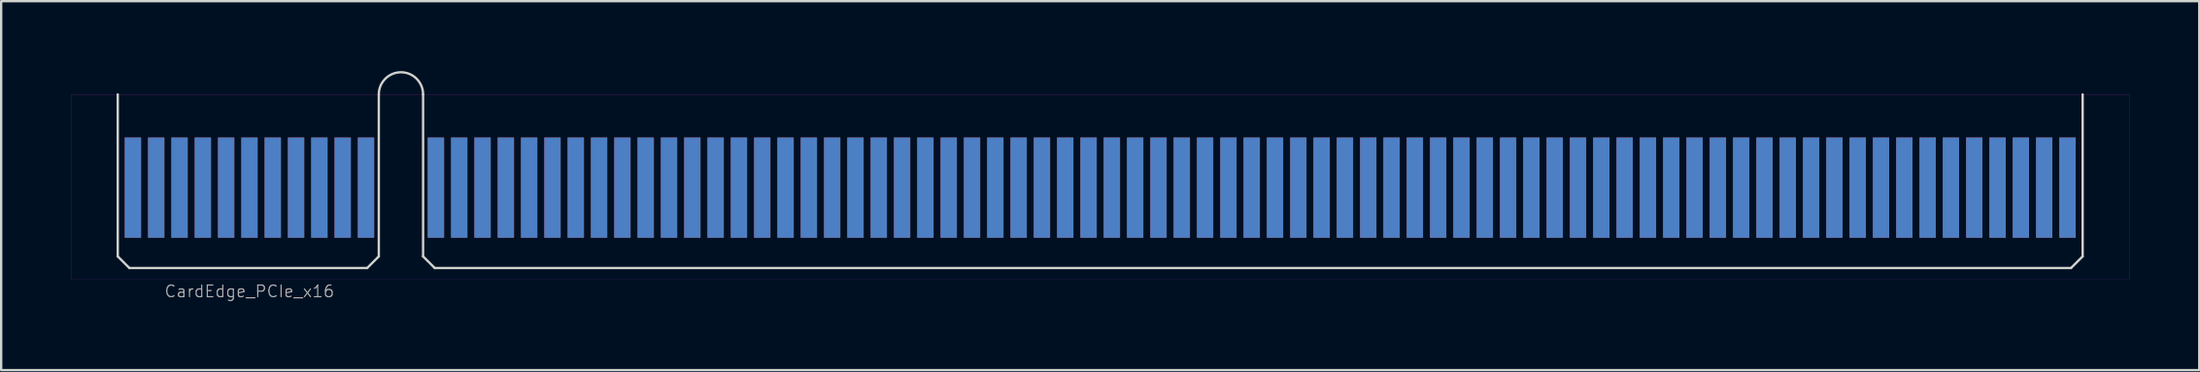
<source format=kicad_pcb>
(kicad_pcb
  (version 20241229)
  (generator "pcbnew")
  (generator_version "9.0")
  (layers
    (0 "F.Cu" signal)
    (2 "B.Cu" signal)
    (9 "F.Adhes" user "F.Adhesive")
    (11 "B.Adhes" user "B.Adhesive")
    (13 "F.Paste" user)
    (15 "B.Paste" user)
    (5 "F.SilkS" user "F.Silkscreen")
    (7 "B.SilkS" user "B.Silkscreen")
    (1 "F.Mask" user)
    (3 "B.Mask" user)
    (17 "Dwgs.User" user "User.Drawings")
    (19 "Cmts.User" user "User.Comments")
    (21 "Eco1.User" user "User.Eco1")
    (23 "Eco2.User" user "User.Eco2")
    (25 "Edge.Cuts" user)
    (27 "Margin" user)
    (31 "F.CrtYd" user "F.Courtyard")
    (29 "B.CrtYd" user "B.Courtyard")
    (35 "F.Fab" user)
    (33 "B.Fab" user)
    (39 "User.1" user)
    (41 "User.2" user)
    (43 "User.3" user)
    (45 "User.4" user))
  (footprint "CardEdge_PCIe_x16"
    (layer "F.Cu")
    (at 2.002 8.45)
    (property "Reference" "CardEdge_PCIe_x16" (at 5.65 1 0) (layer "F.Fab") (effects (font (size 0.5 0.5) (thickness 0.05))))
    (attr exclude_from_pos_files exclude_from_bom)
    (fp_line (start 0 -7.45) (end 0 -0.5) (stroke (width 0.1) (type solid)) (layer "Edge.Cuts"))
    (fp_line (start 0 -0.5) (end 0.5 0) (stroke (width 0.1) (type solid)) (layer "Edge.Cuts"))
    (fp_line (start 0.5 0) (end 10.7 0) (stroke (width 0.1) (type solid)) (layer "Edge.Cuts"))
    (fp_line (start 11.2 -7.45) (end 11.2 -0.5) (stroke (width 0.1) (type solid)) (layer "Edge.Cuts"))
    (fp_line (start 11.2 -0.5) (end 10.7 0) (stroke (width 0.1) (type solid)) (layer "Edge.Cuts"))
    (fp_line (start 13.1 -7.45) (end 13.1 -0.5) (stroke (width 0.1) (type solid)) (layer "Edge.Cuts"))
    (fp_line (start 13.1 -0.5) (end 13.6 0) (stroke (width 0.1) (type solid)) (layer "Edge.Cuts"))
    (fp_line (start 13.6 0) (end 83.8 0) (stroke (width 0.1) (type solid)) (layer "Edge.Cuts"))
    (fp_line (start 84.3 -7.45) (end 84.3 -0.5) (stroke (width 0.1) (type solid)) (layer "Edge.Cuts"))
    (fp_line (start 84.3 -0.5) (end 83.8 0) (stroke (width 0.1) (type solid)) (layer "Edge.Cuts"))
    (fp_arc (start 11.2 -7.45) (mid 12.15 -8.4) (end 13.1 -7.45) (stroke (width 0.1) (type solid)) (layer "Edge.Cuts"))
    (fp_line (start -2 -7.45) (end -2 0.5) (stroke (width 0.005) (type solid)) (layer "F.CrtYd"))
    (fp_line (start -2 -7.45) (end 86.3 -7.45) (stroke (width 0.005) (type solid)) (layer "F.CrtYd"))
    (fp_line (start 86.3 0.5) (end -2 0.5) (stroke (width 0.005) (type solid)) (layer "F.CrtYd"))
    (fp_line (start 86.3 0.5) (end 86.3 -7.45) (stroke (width 0.005) (type solid)) (layer "F.CrtYd"))
    (pad "A1" connect rect (at 0.65 -3.45) (size 0.7 4.3) (layers "B.Cu" "B.Mask"))
    (pad "A2" connect rect (at 1.65 -3.45) (size 0.7 4.3) (layers "B.Cu" "B.Mask"))
    (pad "A3" connect rect (at 2.65 -3.45) (size 0.7 4.3) (layers "B.Cu" "B.Mask"))
    (pad "A4" connect rect (at 3.65 -3.45) (size 0.7 4.3) (layers "B.Cu" "B.Mask"))
    (pad "A5" connect rect (at 4.65 -3.45) (size 0.7 4.3) (layers "B.Cu" "B.Mask"))
    (pad "A6" connect rect (at 5.65 -3.45) (size 0.7 4.3) (layers "B.Cu" "B.Mask"))
    (pad "A7" connect rect (at 6.65 -3.45) (size 0.7 4.3) (layers "B.Cu" "B.Mask"))
    (pad "A8" connect rect (at 7.65 -3.45) (size 0.7 4.3) (layers "B.Cu" "B.Mask"))
    (pad "A9" connect rect (at 8.65 -3.45) (size 0.7 4.3) (layers "B.Cu" "B.Mask"))
    (pad "A10" connect rect (at 9.65 -3.45) (size 0.7 4.3) (layers "B.Cu" "B.Mask"))
    (pad "A11" connect rect (at 10.65 -3.45) (size 0.7 4.3) (layers "B.Cu" "B.Mask"))
    (pad "A12" connect rect (at 13.65 -3.45) (size 0.7 4.3) (layers "B.Cu" "B.Mask"))
    (pad "A13" connect rect (at 14.65 -3.45) (size 0.7 4.3) (layers "B.Cu" "B.Mask"))
    (pad "A14" connect rect (at 15.65 -3.45) (size 0.7 4.3) (layers "B.Cu" "B.Mask"))
    (pad "A15" connect rect (at 16.65 -3.45) (size 0.7 4.3) (layers "B.Cu" "B.Mask"))
    (pad "A16" connect rect (at 17.65 -3.45) (size 0.7 4.3) (layers "B.Cu" "B.Mask"))
    (pad "A17" connect rect (at 18.65 -3.45) (size 0.7 4.3) (layers "B.Cu" "B.Mask"))
    (pad "A18" connect rect (at 19.65 -3.45) (size 0.7 4.3) (layers "B.Cu" "B.Mask"))
    (pad "A19" connect rect (at 20.65 -3.45) (size 0.7 4.3) (layers "B.Cu" "B.Mask"))
    (pad "A20" connect rect (at 21.65 -3.45) (size 0.7 4.3) (layers "B.Cu" "B.Mask"))
    (pad "A21" connect rect (at 22.65 -3.45) (size 0.7 4.3) (layers "B.Cu" "B.Mask"))
    (pad "A22" connect rect (at 23.65 -3.45) (size 0.7 4.3) (layers "B.Cu" "B.Mask"))
    (pad "A23" connect rect (at 24.65 -3.45) (size 0.7 4.3) (layers "B.Cu" "B.Mask"))
    (pad "A24" connect rect (at 25.65 -3.45) (size 0.7 4.3) (layers "B.Cu" "B.Mask"))
    (pad "A25" connect rect (at 26.65 -3.45) (size 0.7 4.3) (layers "B.Cu" "B.Mask"))
    (pad "A26" connect rect (at 27.65 -3.45) (size 0.7 4.3) (layers "B.Cu" "B.Mask"))
    (pad "A27" connect rect (at 28.65 -3.45) (size 0.7 4.3) (layers "B.Cu" "B.Mask"))
    (pad "A28" connect rect (at 29.65 -3.45) (size 0.7 4.3) (layers "B.Cu" "B.Mask"))
    (pad "A29" connect rect (at 30.65 -3.45) (size 0.7 4.3) (layers "B.Cu" "B.Mask"))
    (pad "A30" connect rect (at 31.65 -3.45) (size 0.7 4.3) (layers "B.Cu" "B.Mask"))
    (pad "A31" connect rect (at 32.65 -3.45) (size 0.7 4.3) (layers "B.Cu" "B.Mask"))
    (pad "A32" connect rect (at 33.65 -3.45) (size 0.7 4.3) (layers "B.Cu" "B.Mask"))
    (pad "A33" connect rect (at 34.65 -3.45) (size 0.7 4.3) (layers "B.Cu" "B.Mask"))
    (pad "A34" connect rect (at 35.65 -3.45) (size 0.7 4.3) (layers "B.Cu" "B.Mask"))
    (pad "A35" connect rect (at 36.65 -3.45) (size 0.7 4.3) (layers "B.Cu" "B.Mask"))
    (pad "A36" connect rect (at 37.65 -3.45) (size 0.7 4.3) (layers "B.Cu" "B.Mask"))
    (pad "A37" connect rect (at 38.65 -3.45) (size 0.7 4.3) (layers "B.Cu" "B.Mask"))
    (pad "A38" connect rect (at 39.65 -3.45) (size 0.7 4.3) (layers "B.Cu" "B.Mask"))
    (pad "A39" connect rect (at 40.65 -3.45) (size 0.7 4.3) (layers "B.Cu" "B.Mask"))
    (pad "A40" connect rect (at 41.65 -3.45) (size 0.7 4.3) (layers "B.Cu" "B.Mask"))
    (pad "A41" connect rect (at 42.65 -3.45) (size 0.7 4.3) (layers "B.Cu" "B.Mask"))
    (pad "A42" connect rect (at 43.65 -3.45) (size 0.7 4.3) (layers "B.Cu" "B.Mask"))
    (pad "A43" connect rect (at 44.65 -3.45) (size 0.7 4.3) (layers "B.Cu" "B.Mask"))
    (pad "A44" connect rect (at 45.65 -3.45) (size 0.7 4.3) (layers "B.Cu" "B.Mask"))
    (pad "A45" connect rect (at 46.65 -3.45) (size 0.7 4.3) (layers "B.Cu" "B.Mask"))
    (pad "A46" connect rect (at 47.65 -3.45) (size 0.7 4.3) (layers "B.Cu" "B.Mask"))
    (pad "A47" connect rect (at 48.65 -3.45) (size 0.7 4.3) (layers "B.Cu" "B.Mask"))
    (pad "A48" connect rect (at 49.65 -3.45) (size 0.7 4.3) (layers "B.Cu" "B.Mask"))
    (pad "A49" connect rect (at 50.65 -3.45) (size 0.7 4.3) (layers "B.Cu" "B.Mask"))
    (pad "A50" connect rect (at 51.65 -3.45) (size 0.7 4.3) (layers "B.Cu" "B.Mask"))
    (pad "A51" connect rect (at 52.65 -3.45) (size 0.7 4.3) (layers "B.Cu" "B.Mask"))
    (pad "A52" connect rect (at 53.65 -3.45) (size 0.7 4.3) (layers "B.Cu" "B.Mask"))
    (pad "A53" connect rect (at 54.65 -3.45) (size 0.7 4.3) (layers "B.Cu" "B.Mask"))
    (pad "A54" connect rect (at 55.65 -3.45) (size 0.7 4.3) (layers "B.Cu" "B.Mask"))
    (pad "A55" connect rect (at 56.65 -3.45) (size 0.7 4.3) (layers "B.Cu" "B.Mask"))
    (pad "A56" connect rect (at 57.65 -3.45) (size 0.7 4.3) (layers "B.Cu" "B.Mask"))
    (pad "A57" connect rect (at 58.65 -3.45) (size 0.7 4.3) (layers "B.Cu" "B.Mask"))
    (pad "A58" connect rect (at 59.65 -3.45) (size 0.7 4.3) (layers "B.Cu" "B.Mask"))
    (pad "A59" connect rect (at 60.65 -3.45) (size 0.7 4.3) (layers "B.Cu" "B.Mask"))
    (pad "A60" connect rect (at 61.65 -3.45) (size 0.7 4.3) (layers "B.Cu" "B.Mask"))
    (pad "A61" connect rect (at 62.65 -3.45) (size 0.7 4.3) (layers "B.Cu" "B.Mask"))
    (pad "A62" connect rect (at 63.65 -3.45) (size 0.7 4.3) (layers "B.Cu" "B.Mask"))
    (pad "A63" connect rect (at 64.65 -3.45) (size 0.7 4.3) (layers "B.Cu" "B.Mask"))
    (pad "A64" connect rect (at 65.65 -3.45) (size 0.7 4.3) (layers "B.Cu" "B.Mask"))
    (pad "A65" connect rect (at 66.65 -3.45) (size 0.7 4.3) (layers "B.Cu" "B.Mask"))
    (pad "A66" connect rect (at 67.65 -3.45) (size 0.7 4.3) (layers "B.Cu" "B.Mask"))
    (pad "A67" connect rect (at 68.65 -3.45) (size 0.7 4.3) (layers "B.Cu" "B.Mask"))
    (pad "A68" connect rect (at 69.65 -3.45) (size 0.7 4.3) (layers "B.Cu" "B.Mask"))
    (pad "A69" connect rect (at 70.65 -3.45) (size 0.7 4.3) (layers "B.Cu" "B.Mask"))
    (pad "A70" connect rect (at 71.65 -3.45) (size 0.7 4.3) (layers "B.Cu" "B.Mask"))
    (pad "A71" connect rect (at 72.65 -3.45) (size 0.7 4.3) (layers "B.Cu" "B.Mask"))
    (pad "A72" connect rect (at 73.65 -3.45) (size 0.7 4.3) (layers "B.Cu" "B.Mask"))
    (pad "A73" connect rect (at 74.65 -3.45) (size 0.7 4.3) (layers "B.Cu" "B.Mask"))
    (pad "A74" connect rect (at 75.65 -3.45) (size 0.7 4.3) (layers "B.Cu" "B.Mask"))
    (pad "A75" connect rect (at 76.65 -3.45) (size 0.7 4.3) (layers "B.Cu" "B.Mask"))
    (pad "A76" connect rect (at 77.65 -3.45) (size 0.7 4.3) (layers "B.Cu" "B.Mask"))
    (pad "A77" connect rect (at 78.65 -3.45) (size 0.7 4.3) (layers "B.Cu" "B.Mask"))
    (pad "A78" connect rect (at 79.65 -3.45) (size 0.7 4.3) (layers "B.Cu" "B.Mask"))
    (pad "A79" connect rect (at 80.65 -3.45) (size 0.7 4.3) (layers "B.Cu" "B.Mask"))
    (pad "A80" connect rect (at 81.65 -3.45) (size 0.7 4.3) (layers "B.Cu" "B.Mask"))
    (pad "A81" connect rect (at 82.65 -3.45) (size 0.7 4.3) (layers "B.Cu" "B.Mask"))
    (pad "A82" connect rect (at 83.65 -3.45) (size 0.7 4.3) (layers "B.Cu" "B.Mask"))
    (pad "B1" connect rect (at 0.65 -3.45) (size 0.7 4.3) (layers "F.Cu" "F.Mask"))
    (pad "B2" connect rect (at 1.65 -3.45) (size 0.7 4.3) (layers "F.Cu" "F.Mask"))
    (pad "B3" connect rect (at 2.65 -3.45) (size 0.7 4.3) (layers "F.Cu" "F.Mask"))
    (pad "B4" connect rect (at 3.65 -3.45) (size 0.7 4.3) (layers "F.Cu" "F.Mask"))
    (pad "B5" connect rect (at 4.65 -3.45) (size 0.7 4.3) (layers "F.Cu" "F.Mask"))
    (pad "B6" connect rect (at 5.65 -3.45) (size 0.7 4.3) (layers "F.Cu" "F.Mask"))
    (pad "B7" connect rect (at 6.65 -3.45) (size 0.7 4.3) (layers "F.Cu" "F.Mask"))
    (pad "B8" connect rect (at 7.65 -3.45) (size 0.7 4.3) (layers "F.Cu" "F.Mask"))
    (pad "B9" connect rect (at 8.65 -3.45) (size 0.7 4.3) (layers "F.Cu" "F.Mask"))
    (pad "B10" connect rect (at 9.65 -3.45) (size 0.7 4.3) (layers "F.Cu" "F.Mask"))
    (pad "B11" connect rect (at 10.65 -3.45) (size 0.7 4.3) (layers "F.Cu" "F.Mask"))
    (pad "B12" connect rect (at 13.65 -3.45) (size 0.7 4.3) (layers "F.Cu" "F.Mask"))
    (pad "B13" connect rect (at 14.65 -3.45) (size 0.7 4.3) (layers "F.Cu" "F.Mask"))
    (pad "B14" connect rect (at 15.65 -3.45) (size 0.7 4.3) (layers "F.Cu" "F.Mask"))
    (pad "B15" connect rect (at 16.65 -3.45) (size 0.7 4.3) (layers "F.Cu" "F.Mask"))
    (pad "B16" connect rect (at 17.65 -3.45) (size 0.7 4.3) (layers "F.Cu" "F.Mask"))
    (pad "B17" connect rect (at 18.65 -3.45) (size 0.7 4.3) (layers "F.Cu" "F.Mask"))
    (pad "B18" connect rect (at 19.65 -3.45) (size 0.7 4.3) (layers "F.Cu" "F.Mask"))
    (pad "B19" connect rect (at 20.65 -3.45) (size 0.7 4.3) (layers "F.Cu" "F.Mask"))
    (pad "B20" connect rect (at 21.65 -3.45) (size 0.7 4.3) (layers "F.Cu" "F.Mask"))
    (pad "B21" connect rect (at 22.65 -3.45) (size 0.7 4.3) (layers "F.Cu" "F.Mask"))
    (pad "B22" connect rect (at 23.65 -3.45) (size 0.7 4.3) (layers "F.Cu" "F.Mask"))
    (pad "B23" connect rect (at 24.65 -3.45) (size 0.7 4.3) (layers "F.Cu" "F.Mask"))
    (pad "B24" connect rect (at 25.65 -3.45) (size 0.7 4.3) (layers "F.Cu" "F.Mask"))
    (pad "B25" connect rect (at 26.65 -3.45) (size 0.7 4.3) (layers "F.Cu" "F.Mask"))
    (pad "B26" connect rect (at 27.65 -3.45) (size 0.7 4.3) (layers "F.Cu" "F.Mask"))
    (pad "B27" connect rect (at 28.65 -3.45) (size 0.7 4.3) (layers "F.Cu" "F.Mask"))
    (pad "B28" connect rect (at 29.65 -3.45) (size 0.7 4.3) (layers "F.Cu" "F.Mask"))
    (pad "B29" connect rect (at 30.65 -3.45) (size 0.7 4.3) (layers "F.Cu" "F.Mask"))
    (pad "B30" connect rect (at 31.65 -3.45) (size 0.7 4.3) (layers "F.Cu" "F.Mask"))
    (pad "B31" connect rect (at 32.65 -3.45) (size 0.7 4.3) (layers "F.Cu" "F.Mask"))
    (pad "B32" connect rect (at 33.65 -3.45) (size 0.7 4.3) (layers "F.Cu" "F.Mask"))
    (pad "B33" connect rect (at 34.65 -3.45) (size 0.7 4.3) (layers "F.Cu" "F.Mask"))
    (pad "B34" connect rect (at 35.65 -3.45) (size 0.7 4.3) (layers "F.Cu" "F.Mask"))
    (pad "B35" connect rect (at 36.65 -3.45) (size 0.7 4.3) (layers "F.Cu" "F.Mask"))
    (pad "B36" connect rect (at 37.65 -3.45) (size 0.7 4.3) (layers "F.Cu" "F.Mask"))
    (pad "B37" connect rect (at 38.65 -3.45) (size 0.7 4.3) (layers "F.Cu" "F.Mask"))
    (pad "B38" connect rect (at 39.65 -3.45) (size 0.7 4.3) (layers "F.Cu" "F.Mask"))
    (pad "B39" connect rect (at 40.65 -3.45) (size 0.7 4.3) (layers "F.Cu" "F.Mask"))
    (pad "B40" connect rect (at 41.65 -3.45) (size 0.7 4.3) (layers "F.Cu" "F.Mask"))
    (pad "B41" connect rect (at 42.65 -3.45) (size 0.7 4.3) (layers "F.Cu" "F.Mask"))
    (pad "B42" connect rect (at 43.65 -3.45) (size 0.7 4.3) (layers "F.Cu" "F.Mask"))
    (pad "B43" connect rect (at 44.65 -3.45) (size 0.7 4.3) (layers "F.Cu" "F.Mask"))
    (pad "B44" connect rect (at 45.65 -3.45) (size 0.7 4.3) (layers "F.Cu" "F.Mask"))
    (pad "B45" connect rect (at 46.65 -3.45) (size 0.7 4.3) (layers "F.Cu" "F.Mask"))
    (pad "B46" connect rect (at 47.65 -3.45) (size 0.7 4.3) (layers "F.Cu" "F.Mask"))
    (pad "B47" connect rect (at 48.65 -3.45) (size 0.7 4.3) (layers "F.Cu" "F.Mask"))
    (pad "B48" connect rect (at 49.65 -3.45) (size 0.7 4.3) (layers "F.Cu" "F.Mask"))
    (pad "B49" connect rect (at 50.65 -3.45) (size 0.7 4.3) (layers "F.Cu" "F.Mask"))
    (pad "B50" connect rect (at 51.65 -3.45) (size 0.7 4.3) (layers "F.Cu" "F.Mask"))
    (pad "B51" connect rect (at 52.65 -3.45) (size 0.7 4.3) (layers "F.Cu" "F.Mask"))
    (pad "B52" connect rect (at 53.65 -3.45) (size 0.7 4.3) (layers "F.Cu" "F.Mask"))
    (pad "B53" connect rect (at 54.65 -3.45) (size 0.7 4.3) (layers "F.Cu" "F.Mask"))
    (pad "B54" connect rect (at 55.65 -3.45) (size 0.7 4.3) (layers "F.Cu" "F.Mask"))
    (pad "B55" connect rect (at 56.65 -3.45) (size 0.7 4.3) (layers "F.Cu" "F.Mask"))
    (pad "B56" connect rect (at 57.65 -3.45) (size 0.7 4.3) (layers "F.Cu" "F.Mask"))
    (pad "B57" connect rect (at 58.65 -3.45) (size 0.7 4.3) (layers "F.Cu" "F.Mask"))
    (pad "B58" connect rect (at 59.65 -3.45) (size 0.7 4.3) (layers "F.Cu" "F.Mask"))
    (pad "B59" connect rect (at 60.65 -3.45) (size 0.7 4.3) (layers "F.Cu" "F.Mask"))
    (pad "B60" connect rect (at 61.65 -3.45) (size 0.7 4.3) (layers "F.Cu" "F.Mask"))
    (pad "B61" connect rect (at 62.65 -3.45) (size 0.7 4.3) (layers "F.Cu" "F.Mask"))
    (pad "B62" connect rect (at 63.65 -3.45) (size 0.7 4.3) (layers "F.Cu" "F.Mask"))
    (pad "B63" connect rect (at 64.65 -3.45) (size 0.7 4.3) (layers "F.Cu" "F.Mask"))
    (pad "B64" connect rect (at 65.65 -3.45) (size 0.7 4.3) (layers "F.Cu" "F.Mask"))
    (pad "B65" connect rect (at 66.65 -3.45) (size 0.7 4.3) (layers "F.Cu" "F.Mask"))
    (pad "B66" connect rect (at 67.65 -3.45) (size 0.7 4.3) (layers "F.Cu" "F.Mask"))
    (pad "B67" connect rect (at 68.65 -3.45) (size 0.7 4.3) (layers "F.Cu" "F.Mask"))
    (pad "B68" connect rect (at 69.65 -3.45) (size 0.7 4.3) (layers "F.Cu" "F.Mask"))
    (pad "B69" connect rect (at 70.65 -3.45) (size 0.7 4.3) (layers "F.Cu" "F.Mask"))
    (pad "B70" connect rect (at 71.65 -3.45) (size 0.7 4.3) (layers "F.Cu" "F.Mask"))
    (pad "B71" connect rect (at 72.65 -3.45) (size 0.7 4.3) (layers "F.Cu" "F.Mask"))
    (pad "B72" connect rect (at 73.65 -3.45) (size 0.7 4.3) (layers "F.Cu" "F.Mask"))
    (pad "B73" connect rect (at 74.65 -3.45) (size 0.7 4.3) (layers "F.Cu" "F.Mask"))
    (pad "B74" connect rect (at 75.65 -3.45) (size 0.7 4.3) (layers "F.Cu" "F.Mask"))
    (pad "B75" connect rect (at 76.65 -3.45) (size 0.7 4.3) (layers "F.Cu" "F.Mask"))
    (pad "B76" connect rect (at 77.65 -3.45) (size 0.7 4.3) (layers "F.Cu" "F.Mask"))
    (pad "B77" connect rect (at 78.65 -3.45) (size 0.7 4.3) (layers "F.Cu" "F.Mask"))
    (pad "B78" connect rect (at 79.65 -3.45) (size 0.7 4.3) (layers "F.Cu" "F.Mask"))
    (pad "B79" connect rect (at 80.65 -3.45) (size 0.7 4.3) (layers "F.Cu" "F.Mask"))
    (pad "B80" connect rect (at 81.65 -3.45) (size 0.7 4.3) (layers "F.Cu" "F.Mask"))
    (pad "B81" connect rect (at 82.65 -3.45) (size 0.7 4.3) (layers "F.Cu" "F.Mask"))
    (pad "B82" connect rect (at 83.65 -3.45) (size 0.7 4.3) (layers "F.Cu" "F.Mask")))
  (gr_rect
    (start -3 -3)
    (end 91.305 12.83)
    (stroke (width 0.1) (type default))
    (fill no)
    (layer "Edge.Cuts")))
</source>
